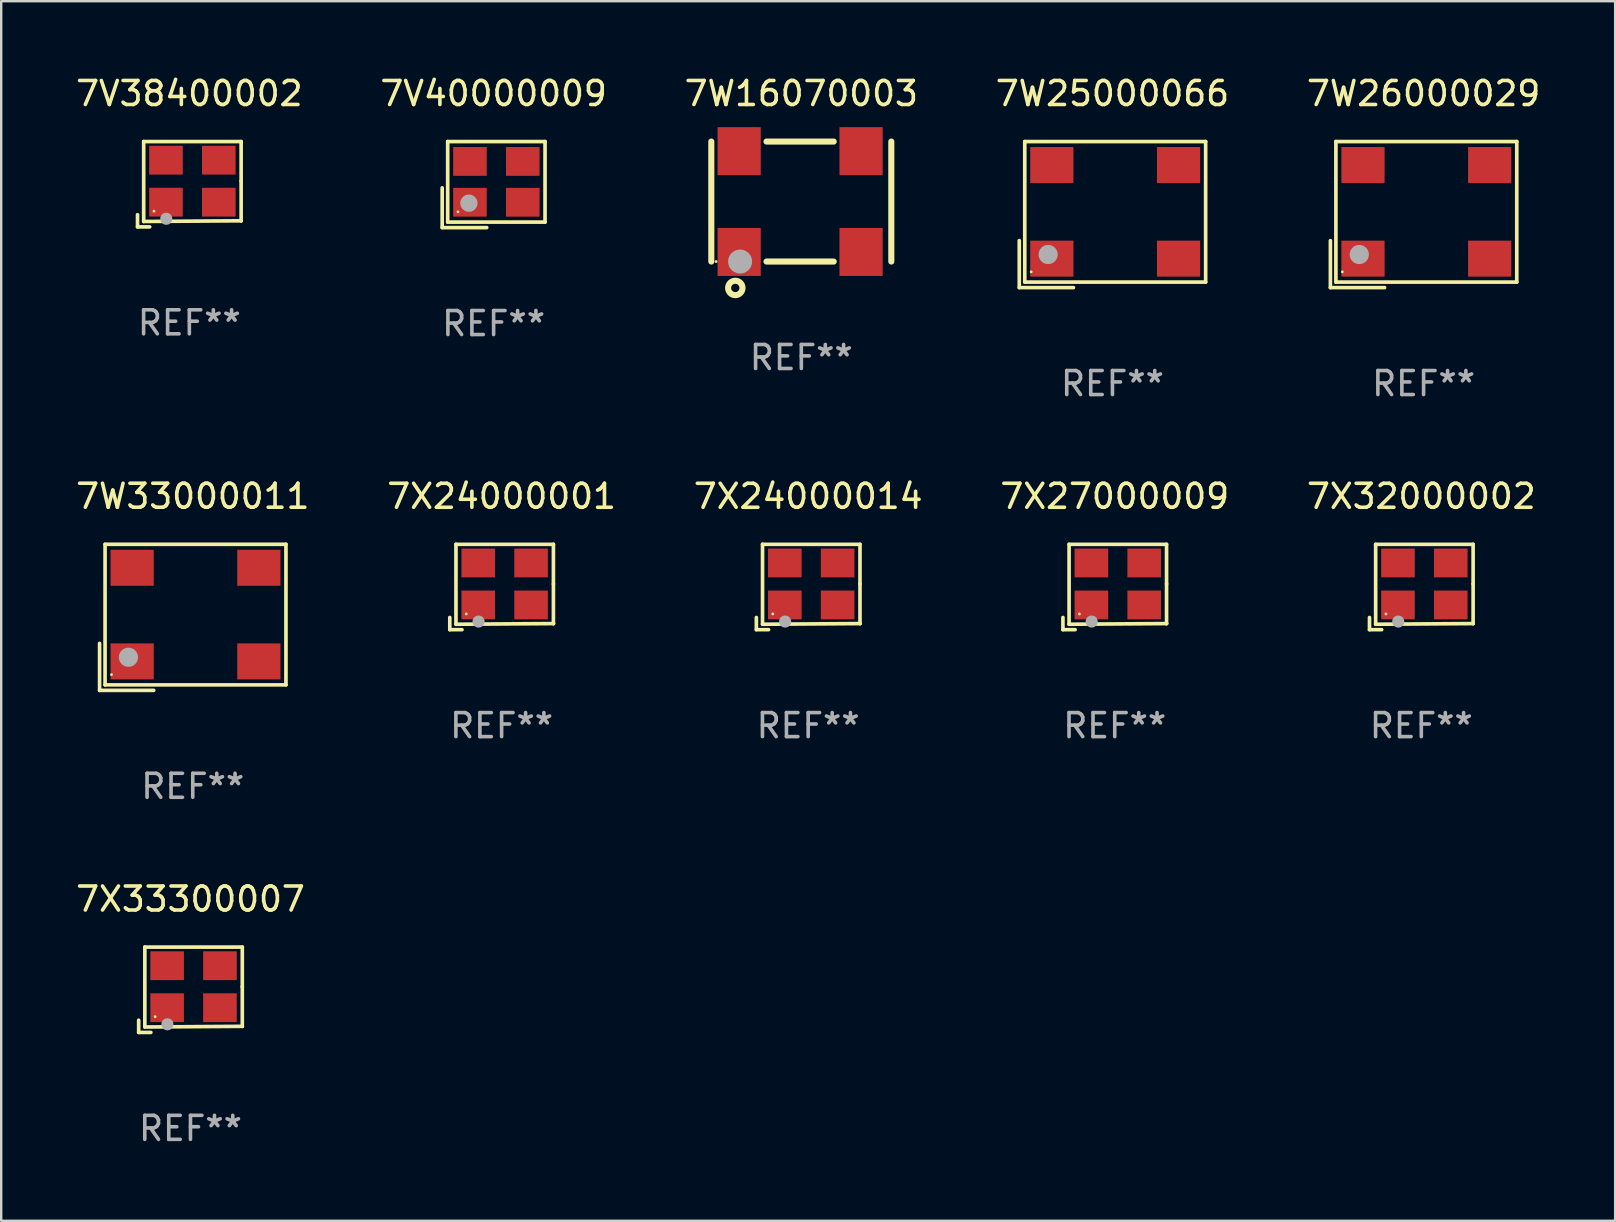
<source format=kicad_pcb>
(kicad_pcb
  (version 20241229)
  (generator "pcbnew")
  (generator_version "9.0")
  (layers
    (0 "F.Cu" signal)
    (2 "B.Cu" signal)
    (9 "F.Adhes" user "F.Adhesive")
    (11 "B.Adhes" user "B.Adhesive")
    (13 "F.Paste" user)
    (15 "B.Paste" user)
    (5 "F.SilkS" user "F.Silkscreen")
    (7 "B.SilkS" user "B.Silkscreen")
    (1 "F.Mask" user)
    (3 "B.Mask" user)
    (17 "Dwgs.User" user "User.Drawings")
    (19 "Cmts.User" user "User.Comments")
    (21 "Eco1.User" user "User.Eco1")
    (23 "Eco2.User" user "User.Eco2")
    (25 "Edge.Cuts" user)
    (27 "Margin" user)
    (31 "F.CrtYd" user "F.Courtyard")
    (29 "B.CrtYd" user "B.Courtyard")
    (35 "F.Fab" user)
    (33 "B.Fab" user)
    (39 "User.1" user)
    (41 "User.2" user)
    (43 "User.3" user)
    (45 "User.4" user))
  (footprint "7X32000002"
    (layer "F.Cu")
    (at 56.173 21.409)
    (property "Reference" "7X32000002" (at 0 -3.778 0) (layer "F.SilkS") (effects (font (size 1 1) (thickness 0.15))))
    (attr through_hole)
    (fp_line (start -2.159 1.27) (end -2.159 1.778) (stroke (width 0.152) (type solid)) (layer "F.SilkS"))
    (fp_line (start -2.159 1.778) (end -1.651 1.778) (stroke (width 0.152) (type solid)) (layer "F.SilkS"))
    (fp_line (start -1.902 -1.778) (end 2.159 -1.778) (stroke (width 0.152) (type solid)) (layer "F.SilkS"))
    (fp_line (start -1.902 1.552) (end -1.902 -1.778) (stroke (width 0.152) (type solid)) (layer "F.SilkS"))
    (fp_line (start 2.159 -1.778) (end 2.159 -0.127) (stroke (width 0.152) (type solid)) (layer "F.SilkS"))
    (fp_line (start 2.159 -0.127) (end 2.159 1.524) (stroke (width 0.152) (type solid)) (layer "F.SilkS"))
    (fp_line (start 2.159 1.524) (end -1.902 1.552) (stroke (width 0.152) (type solid)) (layer "F.SilkS"))
    (fp_line (start 2.159 1.524) (end 2.159 1.524) (stroke (width 0.152) (type solid)) (layer "F.SilkS"))
    (fp_circle (center -1.473 1.123) (end -1.443 1.123) (stroke (width 0.06) (type solid)) (fill no) (layer "F.SilkS"))
    (fp_circle (center -0.961 1.44) (end -0.834 1.44) (stroke (width 0.254) (type solid)) (fill no) (layer "F.Fab"))
    (fp_text user "REF**" (at 0 5.778 0) (layer "F.Fab") (effects (font (size 1 1) (thickness 0.15))))
    (pad "1" smd rect (at -0.973 0.748) (size 1.4 1.2) (layers "F.Cu" "F.Mask" "F.Paste"))
    (pad "2" smd rect (at 1.227 0.748) (size 1.4 1.2) (layers "F.Cu" "F.Mask" "F.Paste"))
    (pad "3" smd rect (at 1.227 -1.002) (size 1.4 1.2) (layers "F.Cu" "F.Mask" "F.Paste"))
    (pad "4" smd rect (at -0.973 -1.002) (size 1.4 1.2) (layers "F.Cu" "F.Mask" "F.Paste")))
  (footprint "7V40000009"
    (layer "F.Cu")
    (at 17.518 4.641)
    (property "Reference" "7V40000009" (at 0 -3.793 0) (layer "F.SilkS") (effects (font (size 1 1) (thickness 0.15))))
    (attr through_hole)
    (fp_line (start -2.143 0.136) (end -2.143 1.793) (stroke (width 0.152) (type solid)) (layer "F.SilkS"))
    (fp_line (start -2.143 1.793) (end -0.286 1.793) (stroke (width 0.152) (type solid)) (layer "F.SilkS"))
    (fp_line (start -1.914 -1.793) (end 2.143 -1.793) (stroke (width 0.152) (type solid)) (layer "F.SilkS"))
    (fp_line (start -1.914 1.564) (end -1.914 -1.793) (stroke (width 0.152) (type solid)) (layer "F.SilkS"))
    (fp_line (start 2.143 -1.793) (end 2.143 1.564) (stroke (width 0.152) (type solid)) (layer "F.SilkS"))
    (fp_line (start 2.143 1.564) (end -1.914 1.564) (stroke (width 0.152) (type solid)) (layer "F.SilkS"))
    (fp_circle (center -1.486 1.136) (end -1.456 1.136) (stroke (width 0.06) (type solid)) (fill no) (layer "F.SilkS"))
    (fp_circle (center -1.029 0.775) (end -0.849 0.775) (stroke (width 0.36) (type solid)) (fill no) (layer "F.Fab"))
    (fp_text user "REF**" (at 0 5.793 0) (layer "F.Fab") (effects (font (size 1 1) (thickness 0.15))))
    (pad "1" smd rect (at -0.986 0.736) (size 1.4 1.2) (layers "F.Cu" "F.Mask" "F.Paste"))
    (pad "2" smd rect (at 1.214 0.736) (size 1.4 1.2) (layers "F.Cu" "F.Mask" "F.Paste"))
    (pad "3" smd rect (at 1.214 -0.964) (size 1.4 1.2) (layers "F.Cu" "F.Mask" "F.Paste"))
    (pad "4" smd rect (at -0.986 -0.964) (size 1.4 1.2) (layers "F.Cu" "F.Mask" "F.Paste")))
  (footprint "7X33300007"
    (layer "F.Cu")
    (at 4.887 38.191)
    (property "Reference" "7X33300007" (at 0 -3.778 0) (layer "F.SilkS") (effects (font (size 1 1) (thickness 0.15))))
    (attr through_hole)
    (fp_line (start -2.159 1.27) (end -2.159 1.778) (stroke (width 0.152) (type solid)) (layer "F.SilkS"))
    (fp_line (start -2.159 1.778) (end -1.651 1.778) (stroke (width 0.152) (type solid)) (layer "F.SilkS"))
    (fp_line (start -1.902 -1.778) (end 2.159 -1.778) (stroke (width 0.152) (type solid)) (layer "F.SilkS"))
    (fp_line (start -1.902 1.552) (end -1.902 -1.778) (stroke (width 0.152) (type solid)) (layer "F.SilkS"))
    (fp_line (start 2.159 -1.778) (end 2.159 -0.127) (stroke (width 0.152) (type solid)) (layer "F.SilkS"))
    (fp_line (start 2.159 -0.127) (end 2.159 1.524) (stroke (width 0.152) (type solid)) (layer "F.SilkS"))
    (fp_line (start 2.159 1.524) (end -1.902 1.552) (stroke (width 0.152) (type solid)) (layer "F.SilkS"))
    (fp_line (start 2.159 1.524) (end 2.159 1.524) (stroke (width 0.152) (type solid)) (layer "F.SilkS"))
    (fp_circle (center -1.473 1.123) (end -1.443 1.123) (stroke (width 0.06) (type solid)) (fill no) (layer "F.SilkS"))
    (fp_circle (center -0.961 1.44) (end -0.834 1.44) (stroke (width 0.254) (type solid)) (fill no) (layer "F.Fab"))
    (fp_text user "REF**" (at 0 5.778 0) (layer "F.Fab") (effects (font (size 1 1) (thickness 0.15))))
    (pad "1" smd rect (at -0.973 0.748) (size 1.4 1.2) (layers "F.Cu" "F.Mask" "F.Paste"))
    (pad "2" smd rect (at 1.227 0.748) (size 1.4 1.2) (layers "F.Cu" "F.Mask" "F.Paste"))
    (pad "3" smd rect (at 1.227 -1.002) (size 1.4 1.2) (layers "F.Cu" "F.Mask" "F.Paste"))
    (pad "4" smd rect (at -0.973 -1.002) (size 1.4 1.2) (layers "F.Cu" "F.Mask" "F.Paste")))
  (footprint "7W25000066"
    (layer "F.Cu")
    (at 43.304 5.891)
    (property "Reference" "7W25000066" (at 0 -5.043 0) (layer "F.SilkS") (effects (font (size 1 1) (thickness 0.15))))
    (attr through_hole)
    (fp_line (start -3.883 1.086) (end -3.883 3.043) (stroke (width 0.152) (type solid)) (layer "F.SilkS"))
    (fp_line (start -3.883 3.043) (end -1.626 3.043) (stroke (width 0.152) (type solid)) (layer "F.SilkS"))
    (fp_line (start -3.654 -3.043) (end 3.883 -3.043) (stroke (width 0.152) (type solid)) (layer "F.SilkS"))
    (fp_line (start -3.654 2.814) (end -3.654 -3.043) (stroke (width 0.152) (type solid)) (layer "F.SilkS"))
    (fp_line (start 3.883 -3.043) (end 3.883 2.814) (stroke (width 0.152) (type solid)) (layer "F.SilkS"))
    (fp_line (start 3.883 2.814) (end -3.654 2.814) (stroke (width 0.152) (type solid)) (layer "F.SilkS"))
    (fp_circle (center -3.386 2.386) (end -3.356 2.386) (stroke (width 0.06) (type solid)) (fill no) (layer "F.SilkS"))
    (fp_circle (center -2.68 1.664) (end -2.48 1.664) (stroke (width 0.4) (type solid)) (fill no) (layer "F.Fab"))
    (fp_text user "REF**" (at 0 7.043 0) (layer "F.Fab") (effects (font (size 1 1) (thickness 0.15))))
    (pad "1" smd rect (at -2.526 1.836) (size 1.8 1.5) (layers "F.Cu" "F.Mask" "F.Paste"))
    (pad "2" smd rect (at 2.754 1.836) (size 1.8 1.5) (layers "F.Cu" "F.Mask" "F.Paste"))
    (pad "3" smd rect (at 2.754 -2.064) (size 1.8 1.5) (layers "F.Cu" "F.Mask" "F.Paste"))
    (pad "4" smd rect (at -2.526 -2.064) (size 1.8 1.5) (layers "F.Cu" "F.Mask" "F.Paste")))
  (footprint "7X27000009"
    (layer "F.Cu")
    (at 43.399 21.409)
    (property "Reference" "7X27000009" (at 0 -3.778 0) (layer "F.SilkS") (effects (font (size 1 1) (thickness 0.15))))
    (attr through_hole)
    (fp_line (start -2.159 1.27) (end -2.159 1.778) (stroke (width 0.152) (type solid)) (layer "F.SilkS"))
    (fp_line (start -2.159 1.778) (end -1.651 1.778) (stroke (width 0.152) (type solid)) (layer "F.SilkS"))
    (fp_line (start -1.902 -1.778) (end 2.159 -1.778) (stroke (width 0.152) (type solid)) (layer "F.SilkS"))
    (fp_line (start -1.902 1.552) (end -1.902 -1.778) (stroke (width 0.152) (type solid)) (layer "F.SilkS"))
    (fp_line (start 2.159 -1.778) (end 2.159 -0.127) (stroke (width 0.152) (type solid)) (layer "F.SilkS"))
    (fp_line (start 2.159 -0.127) (end 2.159 1.524) (stroke (width 0.152) (type solid)) (layer "F.SilkS"))
    (fp_line (start 2.159 1.524) (end -1.902 1.552) (stroke (width 0.152) (type solid)) (layer "F.SilkS"))
    (fp_line (start 2.159 1.524) (end 2.159 1.524) (stroke (width 0.152) (type solid)) (layer "F.SilkS"))
    (fp_circle (center -1.473 1.123) (end -1.443 1.123) (stroke (width 0.06) (type solid)) (fill no) (layer "F.SilkS"))
    (fp_circle (center -0.961 1.44) (end -0.834 1.44) (stroke (width 0.254) (type solid)) (fill no) (layer "F.Fab"))
    (fp_text user "REF**" (at 0 5.778 0) (layer "F.Fab") (effects (font (size 1 1) (thickness 0.15))))
    (pad "1" smd rect (at -0.973 0.748) (size 1.4 1.2) (layers "F.Cu" "F.Mask" "F.Paste"))
    (pad "2" smd rect (at 1.227 0.748) (size 1.4 1.2) (layers "F.Cu" "F.Mask" "F.Paste"))
    (pad "3" smd rect (at 1.227 -1.002) (size 1.4 1.2) (layers "F.Cu" "F.Mask" "F.Paste"))
    (pad "4" smd rect (at -0.973 -1.002) (size 1.4 1.2) (layers "F.Cu" "F.Mask" "F.Paste")))
  (footprint "7V38400002"
    (layer "F.Cu")
    (at 4.839 4.626)
    (property "Reference" "7V38400002" (at 0 -3.778 0) (layer "F.SilkS") (effects (font (size 1 1) (thickness 0.15))))
    (attr through_hole)
    (fp_line (start -2.159 1.27) (end -2.159 1.778) (stroke (width 0.152) (type solid)) (layer "F.SilkS"))
    (fp_line (start -2.159 1.778) (end -1.651 1.778) (stroke (width 0.152) (type solid)) (layer "F.SilkS"))
    (fp_line (start -1.902 -1.778) (end 2.159 -1.778) (stroke (width 0.152) (type solid)) (layer "F.SilkS"))
    (fp_line (start -1.902 1.552) (end -1.902 -1.778) (stroke (width 0.152) (type solid)) (layer "F.SilkS"))
    (fp_line (start 2.159 -1.778) (end 2.159 -0.127) (stroke (width 0.152) (type solid)) (layer "F.SilkS"))
    (fp_line (start 2.159 -0.127) (end 2.159 1.524) (stroke (width 0.152) (type solid)) (layer "F.SilkS"))
    (fp_line (start 2.159 1.524) (end -1.902 1.552) (stroke (width 0.152) (type solid)) (layer "F.SilkS"))
    (fp_line (start 2.159 1.524) (end 2.159 1.524) (stroke (width 0.152) (type solid)) (layer "F.SilkS"))
    (fp_circle (center -1.473 1.123) (end -1.443 1.123) (stroke (width 0.06) (type solid)) (fill no) (layer "F.SilkS"))
    (fp_circle (center -0.961 1.44) (end -0.834 1.44) (stroke (width 0.254) (type solid)) (fill no) (layer "F.Fab"))
    (fp_text user "REF**" (at 0 5.778 0) (layer "F.Fab") (effects (font (size 1 1) (thickness 0.15))))
    (pad "1" smd rect (at -0.973 0.748) (size 1.4 1.2) (layers "F.Cu" "F.Mask" "F.Paste"))
    (pad "2" smd rect (at 1.227 0.748) (size 1.4 1.2) (layers "F.Cu" "F.Mask" "F.Paste"))
    (pad "3" smd rect (at 1.227 -1.002) (size 1.4 1.2) (layers "F.Cu" "F.Mask" "F.Paste"))
    (pad "4" smd rect (at -0.973 -1.002) (size 1.4 1.2) (layers "F.Cu" "F.Mask" "F.Paste")))
  (footprint "7W33000011"
    (layer "F.Cu")
    (at 4.982 22.673)
    (property "Reference" "7W33000011" (at 0 -5.043 0) (layer "F.SilkS") (effects (font (size 1 1) (thickness 0.15))))
    (attr through_hole)
    (fp_line (start -3.883 1.086) (end -3.883 3.043) (stroke (width 0.152) (type solid)) (layer "F.SilkS"))
    (fp_line (start -3.883 3.043) (end -1.626 3.043) (stroke (width 0.152) (type solid)) (layer "F.SilkS"))
    (fp_line (start -3.654 -3.043) (end 3.883 -3.043) (stroke (width 0.152) (type solid)) (layer "F.SilkS"))
    (fp_line (start -3.654 2.814) (end -3.654 -3.043) (stroke (width 0.152) (type solid)) (layer "F.SilkS"))
    (fp_line (start 3.883 -3.043) (end 3.883 2.814) (stroke (width 0.152) (type solid)) (layer "F.SilkS"))
    (fp_line (start 3.883 2.814) (end -3.654 2.814) (stroke (width 0.152) (type solid)) (layer "F.SilkS"))
    (fp_circle (center -3.386 2.386) (end -3.356 2.386) (stroke (width 0.06) (type solid)) (fill no) (layer "F.SilkS"))
    (fp_circle (center -2.68 1.664) (end -2.48 1.664) (stroke (width 0.4) (type solid)) (fill no) (layer "F.Fab"))
    (fp_text user "REF**" (at 0 7.043 0) (layer "F.Fab") (effects (font (size 1 1) (thickness 0.15))))
    (pad "1" smd rect (at -2.526 1.836) (size 1.8 1.5) (layers "F.Cu" "F.Mask" "F.Paste"))
    (pad "2" smd rect (at 2.754 1.836) (size 1.8 1.5) (layers "F.Cu" "F.Mask" "F.Paste"))
    (pad "3" smd rect (at 2.754 -2.064) (size 1.8 1.5) (layers "F.Cu" "F.Mask" "F.Paste"))
    (pad "4" smd rect (at -2.526 -2.064) (size 1.8 1.5) (layers "F.Cu" "F.Mask" "F.Paste")))
  (footprint "7X24000014"
    (layer "F.Cu")
    (at 30.625 21.409)
    (property "Reference" "7X24000014" (at 0 -3.778 0) (layer "F.SilkS") (effects (font (size 1 1) (thickness 0.15))))
    (attr through_hole)
    (fp_line (start -2.159 1.27) (end -2.159 1.778) (stroke (width 0.152) (type solid)) (layer "F.SilkS"))
    (fp_line (start -2.159 1.778) (end -1.651 1.778) (stroke (width 0.152) (type solid)) (layer "F.SilkS"))
    (fp_line (start -1.902 -1.778) (end 2.159 -1.778) (stroke (width 0.152) (type solid)) (layer "F.SilkS"))
    (fp_line (start -1.902 1.552) (end -1.902 -1.778) (stroke (width 0.152) (type solid)) (layer "F.SilkS"))
    (fp_line (start 2.159 -1.778) (end 2.159 -0.127) (stroke (width 0.152) (type solid)) (layer "F.SilkS"))
    (fp_line (start 2.159 -0.127) (end 2.159 1.524) (stroke (width 0.152) (type solid)) (layer "F.SilkS"))
    (fp_line (start 2.159 1.524) (end -1.902 1.552) (stroke (width 0.152) (type solid)) (layer "F.SilkS"))
    (fp_line (start 2.159 1.524) (end 2.159 1.524) (stroke (width 0.152) (type solid)) (layer "F.SilkS"))
    (fp_circle (center -1.473 1.123) (end -1.443 1.123) (stroke (width 0.06) (type solid)) (fill no) (layer "F.SilkS"))
    (fp_circle (center -0.961 1.44) (end -0.834 1.44) (stroke (width 0.254) (type solid)) (fill no) (layer "F.Fab"))
    (fp_text user "REF**" (at 0 5.778 0) (layer "F.Fab") (effects (font (size 1 1) (thickness 0.15))))
    (pad "1" smd rect (at -0.973 0.748) (size 1.4 1.2) (layers "F.Cu" "F.Mask" "F.Paste"))
    (pad "2" smd rect (at 1.227 0.748) (size 1.4 1.2) (layers "F.Cu" "F.Mask" "F.Paste"))
    (pad "3" smd rect (at 1.227 -1.002) (size 1.4 1.2) (layers "F.Cu" "F.Mask" "F.Paste"))
    (pad "4" smd rect (at -0.973 -1.002) (size 1.4 1.2) (layers "F.Cu" "F.Mask" "F.Paste")))
  (footprint "7W26000029"
    (layer "F.Cu")
    (at 56.268 5.891)
    (property "Reference" "7W26000029" (at 0 -5.043 0) (layer "F.SilkS") (effects (font (size 1 1) (thickness 0.15))))
    (attr through_hole)
    (fp_line (start -3.883 1.086) (end -3.883 3.043) (stroke (width 0.152) (type solid)) (layer "F.SilkS"))
    (fp_line (start -3.883 3.043) (end -1.626 3.043) (stroke (width 0.152) (type solid)) (layer "F.SilkS"))
    (fp_line (start -3.654 -3.043) (end 3.883 -3.043) (stroke (width 0.152) (type solid)) (layer "F.SilkS"))
    (fp_line (start -3.654 2.814) (end -3.654 -3.043) (stroke (width 0.152) (type solid)) (layer "F.SilkS"))
    (fp_line (start 3.883 -3.043) (end 3.883 2.814) (stroke (width 0.152) (type solid)) (layer "F.SilkS"))
    (fp_line (start 3.883 2.814) (end -3.654 2.814) (stroke (width 0.152) (type solid)) (layer "F.SilkS"))
    (fp_circle (center -3.386 2.386) (end -3.356 2.386) (stroke (width 0.06) (type solid)) (fill no) (layer "F.SilkS"))
    (fp_circle (center -2.68 1.664) (end -2.48 1.664) (stroke (width 0.4) (type solid)) (fill no) (layer "F.Fab"))
    (fp_text user "REF**" (at 0 7.043 0) (layer "F.Fab") (effects (font (size 1 1) (thickness 0.15))))
    (pad "1" smd rect (at -2.526 1.836) (size 1.8 1.5) (layers "F.Cu" "F.Mask" "F.Paste"))
    (pad "2" smd rect (at 2.754 1.836) (size 1.8 1.5) (layers "F.Cu" "F.Mask" "F.Paste"))
    (pad "3" smd rect (at 2.754 -2.064) (size 1.8 1.5) (layers "F.Cu" "F.Mask" "F.Paste"))
    (pad "4" smd rect (at -2.526 -2.064) (size 1.8 1.5) (layers "F.Cu" "F.Mask" "F.Paste")))
  (footprint "7W16070003"
    (layer "F.Cu")
    (at 30.339 5.348)
    (property "Reference" "7W16070003" (at 0 -4.5 0) (layer "F.SilkS") (effects (font (size 1 1) (thickness 0.15))))
    (attr through_hole)
    (fp_line (start -3.75 -2.5) (end -3.75 2.5) (stroke (width 0.254) (type solid)) (layer "F.SilkS"))
    (fp_line (start -1.45 -2.5) (end 1.35 -2.5) (stroke (width 0.254) (type solid)) (layer "F.SilkS"))
    (fp_line (start -1.45 2.5) (end 1.35 2.5) (stroke (width 0.254) (type solid)) (layer "F.SilkS"))
    (fp_line (start 3.75 -2.5) (end 3.75 2.5) (stroke (width 0.254) (type solid)) (layer "F.SilkS"))
    (fp_circle (center -3.55 2.5) (end -3.52 2.5) (stroke (width 0.06) (type solid)) (fill no) (layer "F.SilkS"))
    (fp_circle (center -2.75 3.6) (end -2.45 3.6) (stroke (width 0.254) (type solid)) (fill no) (layer "F.SilkS"))
    (fp_circle (center -2.55 2.5) (end -2.3 2.5) (stroke (width 0.5) (type solid)) (fill no) (layer "F.Fab"))
    (fp_text user "REF**" (at 0 6.5 0) (layer "F.Fab") (effects (font (size 1 1) (thickness 0.15))))
    (pad "1" smd rect (at -2.59 2.1) (size 1.8 2) (layers "F.Cu" "F.Mask" "F.Paste"))
    (pad "2" smd rect (at 2.49 2.1) (size 1.8 2) (layers "F.Cu" "F.Mask" "F.Paste"))
    (pad "3" smd rect (at 2.49 -2.1) (size 1.8 2) (layers "F.Cu" "F.Mask" "F.Paste"))
    (pad "4" smd rect (at -2.59 -2.1) (size 1.8 2) (layers "F.Cu" "F.Mask" "F.Paste")))
  (footprint "7X24000001"
    (layer "F.Cu")
    (at 17.851 21.409)
    (property "Reference" "7X24000001" (at 0 -3.778 0) (layer "F.SilkS") (effects (font (size 1 1) (thickness 0.15))))
    (attr through_hole)
    (fp_line (start -2.159 1.27) (end -2.159 1.778) (stroke (width 0.152) (type solid)) (layer "F.SilkS"))
    (fp_line (start -2.159 1.778) (end -1.651 1.778) (stroke (width 0.152) (type solid)) (layer "F.SilkS"))
    (fp_line (start -1.902 -1.778) (end 2.159 -1.778) (stroke (width 0.152) (type solid)) (layer "F.SilkS"))
    (fp_line (start -1.902 1.552) (end -1.902 -1.778) (stroke (width 0.152) (type solid)) (layer "F.SilkS"))
    (fp_line (start 2.159 -1.778) (end 2.159 -0.127) (stroke (width 0.152) (type solid)) (layer "F.SilkS"))
    (fp_line (start 2.159 -0.127) (end 2.159 1.524) (stroke (width 0.152) (type solid)) (layer "F.SilkS"))
    (fp_line (start 2.159 1.524) (end -1.902 1.552) (stroke (width 0.152) (type solid)) (layer "F.SilkS"))
    (fp_line (start 2.159 1.524) (end 2.159 1.524) (stroke (width 0.152) (type solid)) (layer "F.SilkS"))
    (fp_circle (center -1.473 1.123) (end -1.443 1.123) (stroke (width 0.06) (type solid)) (fill no) (layer "F.SilkS"))
    (fp_circle (center -0.961 1.44) (end -0.834 1.44) (stroke (width 0.254) (type solid)) (fill no) (layer "F.Fab"))
    (fp_text user "REF**" (at 0 5.778 0) (layer "F.Fab") (effects (font (size 1 1) (thickness 0.15))))
    (pad "1" smd rect (at -0.973 0.748) (size 1.4 1.2) (layers "F.Cu" "F.Mask" "F.Paste"))
    (pad "2" smd rect (at 1.227 0.748) (size 1.4 1.2) (layers "F.Cu" "F.Mask" "F.Paste"))
    (pad "3" smd rect (at 1.227 -1.002) (size 1.4 1.2) (layers "F.Cu" "F.Mask" "F.Paste"))
    (pad "4" smd rect (at -0.973 -1.002) (size 1.4 1.2) (layers "F.Cu" "F.Mask" "F.Paste")))
  (gr_rect
    (start -3 -3)
    (end 64.25 47.817)
    (stroke (width 0.1) (type default))
    (fill no)
    (layer "Edge.Cuts")))
</source>
